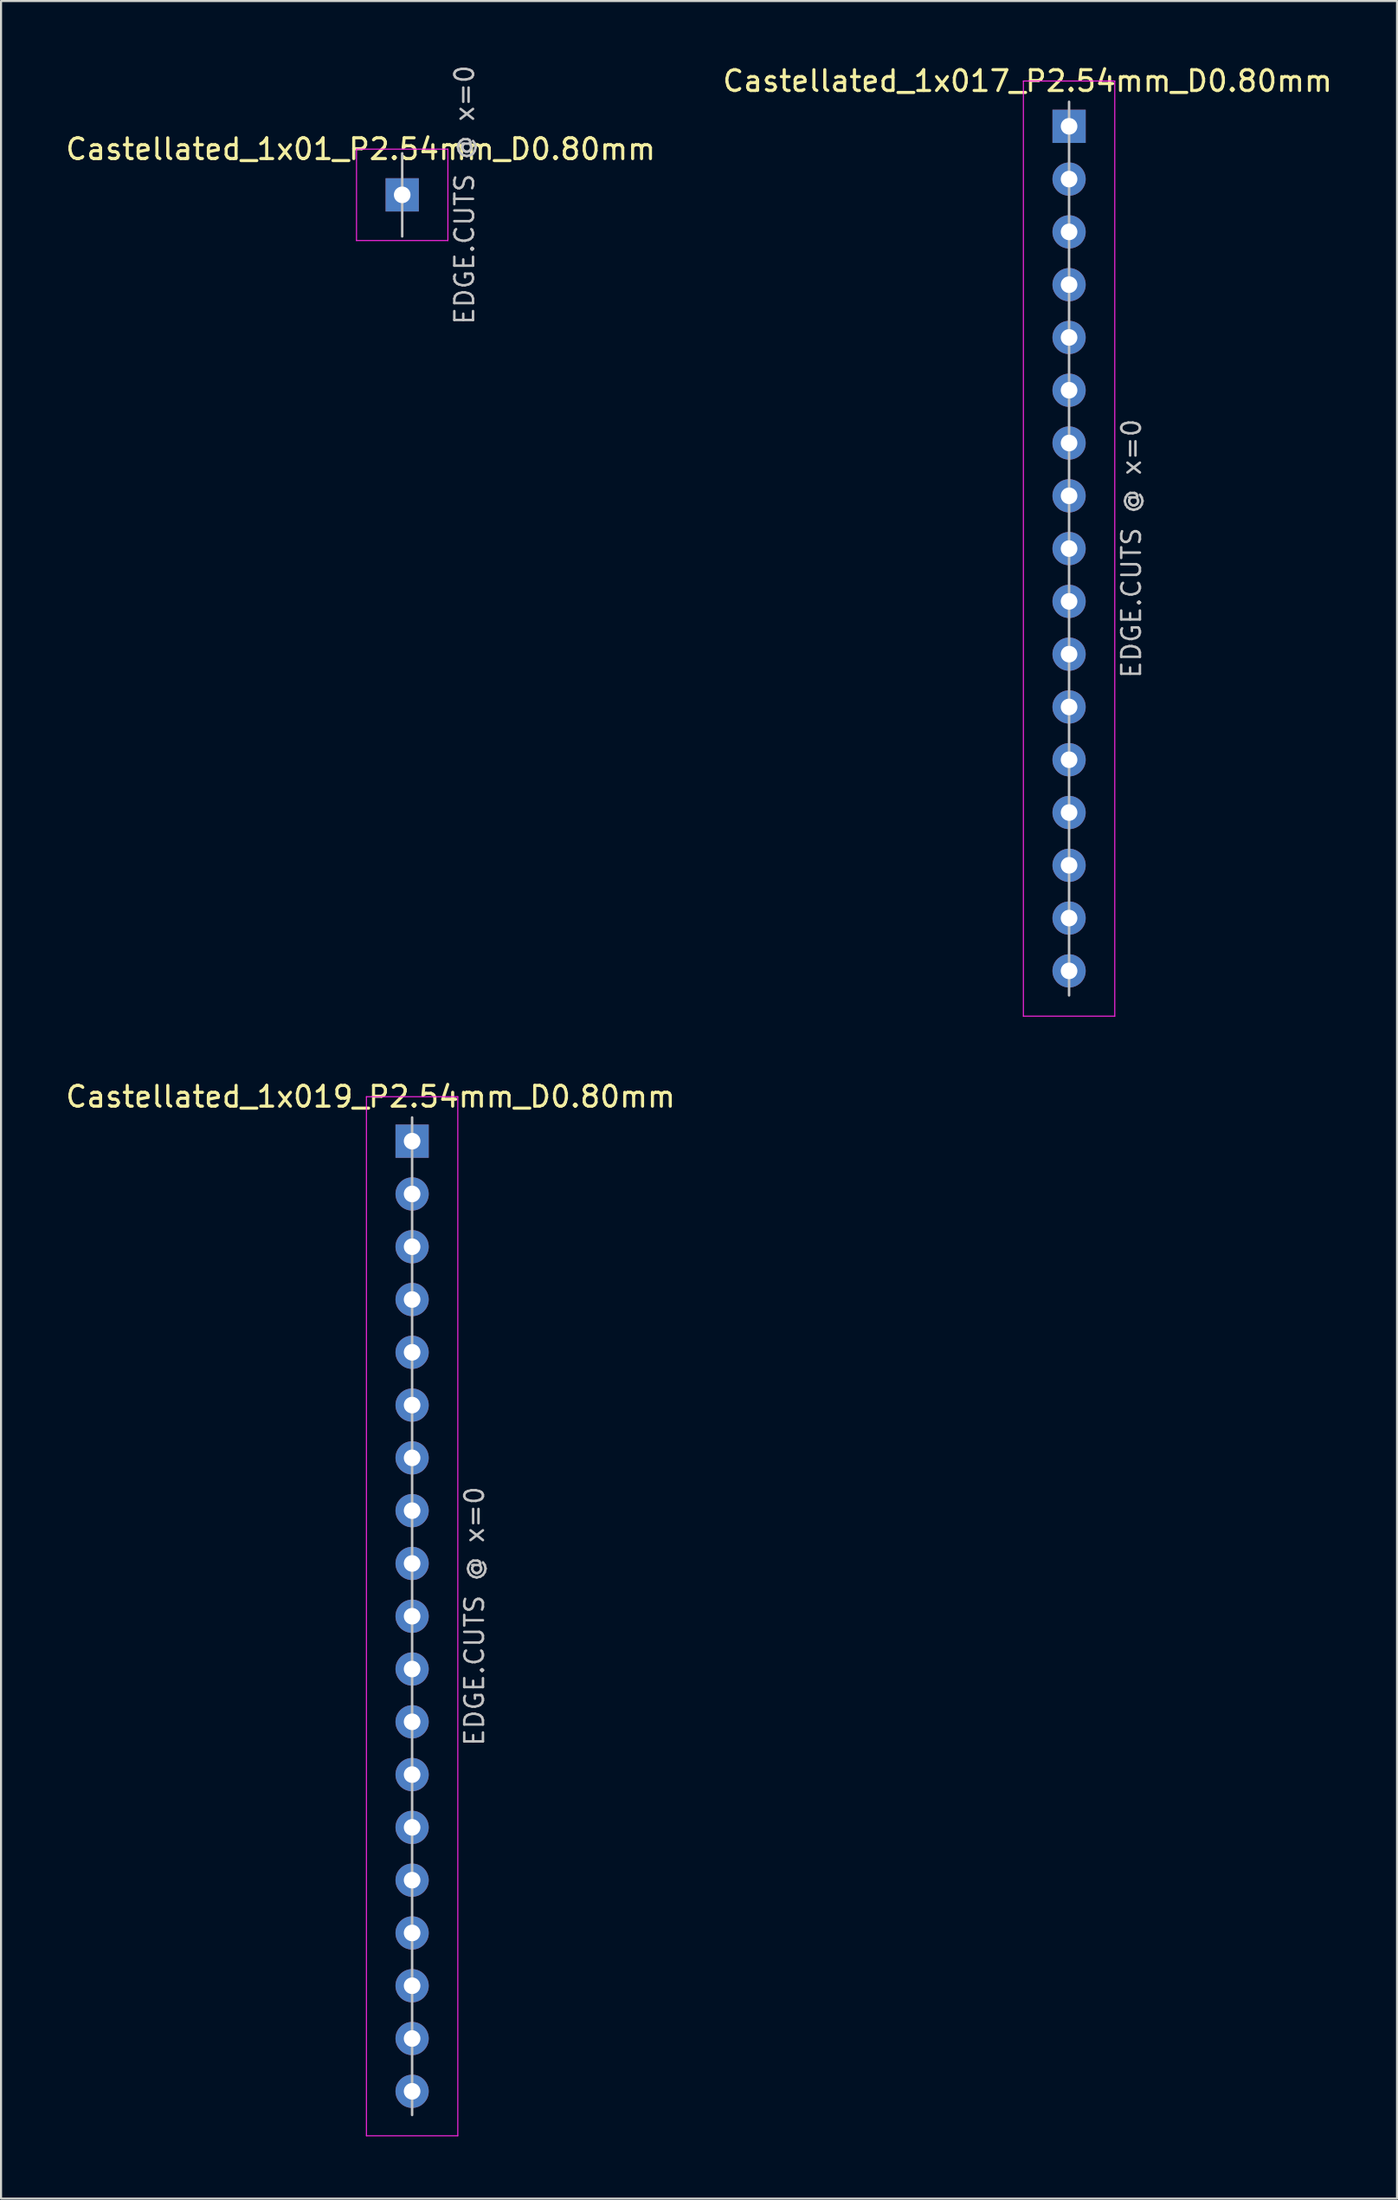
<source format=kicad_pcb>
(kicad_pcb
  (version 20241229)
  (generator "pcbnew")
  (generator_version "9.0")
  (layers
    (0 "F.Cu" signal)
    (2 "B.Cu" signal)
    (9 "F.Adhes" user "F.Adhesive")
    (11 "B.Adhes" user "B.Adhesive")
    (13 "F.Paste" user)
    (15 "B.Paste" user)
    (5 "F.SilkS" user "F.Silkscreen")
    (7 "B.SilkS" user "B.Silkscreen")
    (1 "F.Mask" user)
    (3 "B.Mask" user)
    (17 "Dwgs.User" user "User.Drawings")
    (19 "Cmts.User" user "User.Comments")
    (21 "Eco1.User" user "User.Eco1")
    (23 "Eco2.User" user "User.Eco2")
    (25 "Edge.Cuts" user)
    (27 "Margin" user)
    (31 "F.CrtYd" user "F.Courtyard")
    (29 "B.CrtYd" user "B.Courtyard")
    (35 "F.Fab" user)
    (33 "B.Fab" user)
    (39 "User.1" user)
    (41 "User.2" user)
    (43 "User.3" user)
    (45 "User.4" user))
  (footprint "Castellated_1x019_P2.54mm_D0.80mm"
    (layer "F.Cu")
    (at 16.792 74.722)
    (property "Reference" "Castellated_1x019_P2.54mm_D0.80mm" (at -2 -25 0) (layer "F.SilkS") (effects (font (size 1 1) (thickness 0.15))))
    (attr through_hole)
    (fp_line (start 0 -24) (end 0 24) (stroke (width 0.12) (type solid)) (layer "Dwgs.User"))
    (fp_line (start -2.2 -25) (end 2.2 -25) (stroke (width 0.05) (type solid)) (layer "F.CrtYd"))
    (fp_line (start -2.2 25) (end -2.2 -25) (stroke (width 0.05) (type solid)) (layer "F.CrtYd"))
    (fp_line (start 2.2 -25) (end 2.2 25) (stroke (width 0.05) (type solid)) (layer "F.CrtYd"))
    (fp_line (start 2.2 25) (end -2.2 25) (stroke (width 0.05) (type solid)) (layer "F.CrtYd"))
    (fp_text user "EDGE.CUTS @ x=0" (at 3 0 90) (layer "Dwgs.User") (effects (font (size 0.9 0.9) (thickness 0.12))))
    (pad "1" thru_hole rect (at 0 -22.86) (size 1.6 1.6) (drill 0.8) (layers "*.Cu" "*.Mask"))
    (pad "2" thru_hole circle (at 0 -20.32) (size 1.6 1.6) (drill 0.8) (layers "*.Cu" "*.Mask"))
    (pad "3" thru_hole circle (at 0 -17.78) (size 1.6 1.6) (drill 0.8) (layers "*.Cu" "*.Mask"))
    (pad "4" thru_hole circle (at 0 -15.24) (size 1.6 1.6) (drill 0.8) (layers "*.Cu" "*.Mask"))
    (pad "5" thru_hole circle (at 0 -12.7) (size 1.6 1.6) (drill 0.8) (layers "*.Cu" "*.Mask"))
    (pad "6" thru_hole circle (at 0 -10.16) (size 1.6 1.6) (drill 0.8) (layers "*.Cu" "*.Mask"))
    (pad "7" thru_hole circle (at 0 -7.62) (size 1.6 1.6) (drill 0.8) (layers "*.Cu" "*.Mask"))
    (pad "8" thru_hole circle (at 0 -5.08) (size 1.6 1.6) (drill 0.8) (layers "*.Cu" "*.Mask"))
    (pad "9" thru_hole circle (at 0 -2.54) (size 1.6 1.6) (drill 0.8) (layers "*.Cu" "*.Mask"))
    (pad "10" thru_hole circle (at 0 0) (size 1.6 1.6) (drill 0.8) (layers "*.Cu" "*.Mask"))
    (pad "11" thru_hole circle (at 0 2.54) (size 1.6 1.6) (drill 0.8) (layers "*.Cu" "*.Mask"))
    (pad "12" thru_hole circle (at 0 5.08) (size 1.6 1.6) (drill 0.8) (layers "*.Cu" "*.Mask"))
    (pad "13" thru_hole circle (at 0 7.62) (size 1.6 1.6) (drill 0.8) (layers "*.Cu" "*.Mask"))
    (pad "14" thru_hole circle (at 0 10.16) (size 1.6 1.6) (drill 0.8) (layers "*.Cu" "*.Mask"))
    (pad "15" thru_hole circle (at 0 12.7) (size 1.6 1.6) (drill 0.8) (layers "*.Cu" "*.Mask"))
    (pad "16" thru_hole circle (at 0 15.24) (size 1.6 1.6) (drill 0.8) (layers "*.Cu" "*.Mask"))
    (pad "17" thru_hole circle (at 0 17.78) (size 1.6 1.6) (drill 0.8) (layers "*.Cu" "*.Mask"))
    (pad "18" thru_hole circle (at 0 20.32) (size 1.6 1.6) (drill 0.8) (layers "*.Cu" "*.Mask"))
    (pad "19" thru_hole circle (at 0 22.86) (size 1.6 1.6) (drill 0.8) (layers "*.Cu" "*.Mask")))
  (footprint "Castellated_1x01_P2.54mm_D0.80mm"
    (layer "F.Cu")
    (at 16.315 6.326)
    (property "Reference" "Castellated_1x01_P2.54mm_D0.80mm" (at -2 -2.2 0) (layer "F.SilkS") (effects (font (size 1 1) (thickness 0.15))))
    (attr through_hole)
    (fp_line (start 0 -2) (end 0 2) (stroke (width 0.12) (type solid)) (layer "Dwgs.User"))
    (fp_line (start -2.2 -2.2) (end 2.2 -2.2) (stroke (width 0.05) (type solid)) (layer "F.CrtYd"))
    (fp_line (start -2.2 2.2) (end -2.2 -2.2) (stroke (width 0.05) (type solid)) (layer "F.CrtYd"))
    (fp_line (start 2.2 -2.2) (end 2.2 2.2) (stroke (width 0.05) (type solid)) (layer "F.CrtYd"))
    (fp_line (start 2.2 2.2) (end -2.2 2.2) (stroke (width 0.05) (type solid)) (layer "F.CrtYd"))
    (fp_text user "EDGE.CUTS @ x=0" (at 3 0 90) (layer "Dwgs.User") (effects (font (size 0.9 0.9) (thickness 0.12))))
    (pad "1" thru_hole rect (at 0 0) (size 1.6 1.6) (drill 0.8) (layers "*.Cu" "*.Mask")))
  (footprint "Castellated_1x017_P2.54mm_D0.80mm"
    (layer "F.Cu")
    (at 48.423 23.348)
    (property "Reference" "Castellated_1x017_P2.54mm_D0.80mm" (at -2 -22.5 0) (layer "F.SilkS") (effects (font (size 1 1) (thickness 0.15))))
    (attr through_hole)
    (fp_line (start 0 -21.5) (end 0 21.5) (stroke (width 0.12) (type solid)) (layer "Dwgs.User"))
    (fp_line (start -2.2 -22.5) (end 2.2 -22.5) (stroke (width 0.05) (type solid)) (layer "F.CrtYd"))
    (fp_line (start -2.2 22.5) (end -2.2 -22.5) (stroke (width 0.05) (type solid)) (layer "F.CrtYd"))
    (fp_line (start 2.2 -22.5) (end 2.2 22.5) (stroke (width 0.05) (type solid)) (layer "F.CrtYd"))
    (fp_line (start 2.2 22.5) (end -2.2 22.5) (stroke (width 0.05) (type solid)) (layer "F.CrtYd"))
    (fp_text user "EDGE.CUTS @ x=0" (at 3 0 90) (layer "Dwgs.User") (effects (font (size 0.9 0.9) (thickness 0.12))))
    (pad "1" thru_hole rect (at 0 -20.32) (size 1.6 1.6) (drill 0.8) (layers "*.Cu" "*.Mask"))
    (pad "2" thru_hole circle (at 0 -17.78) (size 1.6 1.6) (drill 0.8) (layers "*.Cu" "*.Mask"))
    (pad "3" thru_hole circle (at 0 -15.24) (size 1.6 1.6) (drill 0.8) (layers "*.Cu" "*.Mask"))
    (pad "4" thru_hole circle (at 0 -12.7) (size 1.6 1.6) (drill 0.8) (layers "*.Cu" "*.Mask"))
    (pad "5" thru_hole circle (at 0 -10.16) (size 1.6 1.6) (drill 0.8) (layers "*.Cu" "*.Mask"))
    (pad "6" thru_hole circle (at 0 -7.62) (size 1.6 1.6) (drill 0.8) (layers "*.Cu" "*.Mask"))
    (pad "7" thru_hole circle (at 0 -5.08) (size 1.6 1.6) (drill 0.8) (layers "*.Cu" "*.Mask"))
    (pad "8" thru_hole circle (at 0 -2.54) (size 1.6 1.6) (drill 0.8) (layers "*.Cu" "*.Mask"))
    (pad "9" thru_hole circle (at 0 0) (size 1.6 1.6) (drill 0.8) (layers "*.Cu" "*.Mask"))
    (pad "10" thru_hole circle (at 0 2.54) (size 1.6 1.6) (drill 0.8) (layers "*.Cu" "*.Mask"))
    (pad "11" thru_hole circle (at 0 5.08) (size 1.6 1.6) (drill 0.8) (layers "*.Cu" "*.Mask"))
    (pad "12" thru_hole circle (at 0 7.62) (size 1.6 1.6) (drill 0.8) (layers "*.Cu" "*.Mask"))
    (pad "13" thru_hole circle (at 0 10.16) (size 1.6 1.6) (drill 0.8) (layers "*.Cu" "*.Mask"))
    (pad "14" thru_hole circle (at 0 12.7) (size 1.6 1.6) (drill 0.8) (layers "*.Cu" "*.Mask"))
    (pad "15" thru_hole circle (at 0 15.24) (size 1.6 1.6) (drill 0.8) (layers "*.Cu" "*.Mask"))
    (pad "16" thru_hole circle (at 0 17.78) (size 1.6 1.6) (drill 0.8) (layers "*.Cu" "*.Mask"))
    (pad "17" thru_hole circle (at 0 20.32) (size 1.6 1.6) (drill 0.8) (layers "*.Cu" "*.Mask")))
  (gr_rect
    (start -3 -3)
    (end 64.214 102.746)
    (stroke (width 0.1) (type default))
    (fill no)
    (layer "Edge.Cuts")))
</source>
